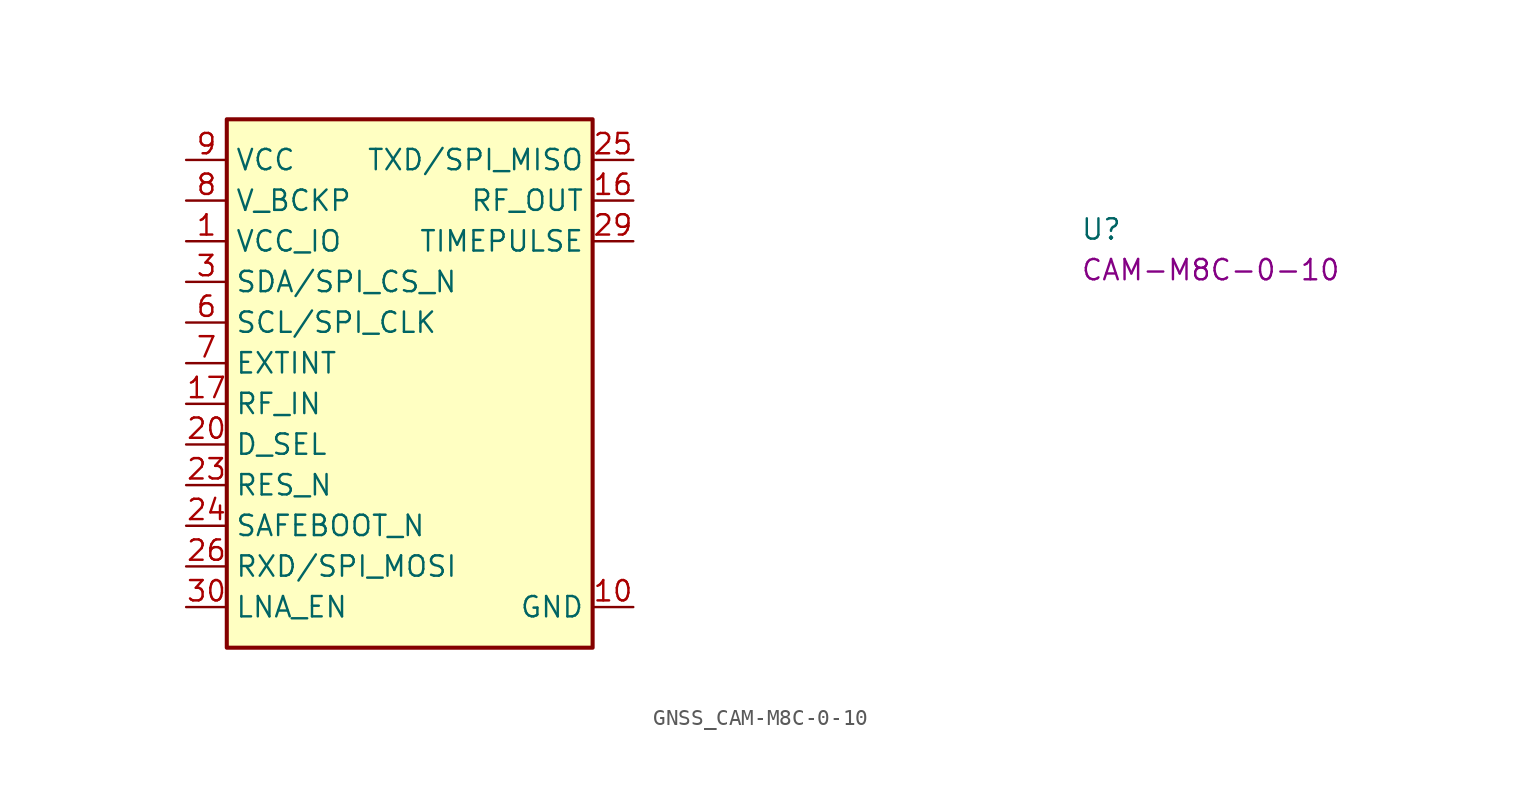
<source format=kicad_sym>
(kicad_symbol_lib
  (version 20220914)
  (generator kicad_symbol_editor)
  (symbol "GNSS_CAM-M8C-0-10"
    (property "Reference" "U"
      (at 55.88 -5.08 0)
      (effects (font (size 1.27 1.27) (thickness 0.15)) (justify left bottom)))
    (property "MPN" "CAM-M8C-0-10"
      (at 55.88 -7.62 0)
      (effects (font (size 1.27 1.27) (thickness 0.15)) (justify left bottom)))
    (symbol "GNSS_CAM-M8C-0-10_1_1"
      (rectangle (start 2.54 2.54) (end 25.4 -30.48) (stroke (width 0.254) (type default)) (fill (type background)))
      (pin power_in line (at 0 -5.08 0) (length 2.54) (name "VCC_IO" (effects (font (size 1.27 1.27)))) (number "1" (effects (font (size 1.27 1.27)))))
      (pin power_in line (at 27.94 -27.94 180) (length 2.54) (name "GND" (effects (font (size 1.27 1.27)))) (number "10" (effects (font (size 1.27 1.27)))))
      (pin passive line (at 27.94 -27.94 180) (length 2.54) hide (name "GND" (effects (font (size 1.27 1.27)))) (number "11" (effects (font (size 1.27 1.27)))))
      (pin passive line (at 27.94 -27.94 180) (length 2.54) hide (name "GND" (effects (font (size 1.27 1.27)))) (number "12" (effects (font (size 1.27 1.27)))))
      (pin passive line (at 27.94 -27.94 180) (length 2.54) hide (name "GND" (effects (font (size 1.27 1.27)))) (number "13" (effects (font (size 1.27 1.27)))))
      (pin passive line (at 27.94 -27.94 180) (length 2.54) hide (name "GND" (effects (font (size 1.27 1.27)))) (number "14" (effects (font (size 1.27 1.27)))))
      (pin passive line (at 27.94 -27.94 180) (length 2.54) hide (name "GND" (effects (font (size 1.27 1.27)))) (number "15" (effects (font (size 1.27 1.27)))))
      (pin output line (at 27.94 -2.54 180) (length 2.54) (name "RF_OUT" (effects (font (size 1.27 1.27)))) (number "16" (effects (font (size 1.27 1.27)))))
      (pin input line (at 0 -15.24 0) (length 2.54) (name "RF_IN" (effects (font (size 1.27 1.27)))) (number "17" (effects (font (size 1.27 1.27)))))
      (pin passive line (at 27.94 -27.94 180) (length 2.54) hide (name "GND" (effects (font (size 1.27 1.27)))) (number "18" (effects (font (size 1.27 1.27)))))
      (pin passive line (at 27.94 -27.94 180) (length 2.54) hide (name "GND" (effects (font (size 1.27 1.27)))) (number "19" (effects (font (size 1.27 1.27)))))
      (pin no_connect line (at 25.4 -15.24 180) (length 2.54) hide (name "RESERVED" (effects (font (size 1.27 1.27)))) (number "2" (effects (font (size 1.27 1.27)))))
      (pin input line (at 0 -17.78 0) (length 2.54) (name "D_SEL" (effects (font (size 1.27 1.27)))) (number "20" (effects (font (size 1.27 1.27)))))
      (pin passive line (at 27.94 -27.94 180) (length 2.54) hide (name "GND" (effects (font (size 1.27 1.27)))) (number "21" (effects (font (size 1.27 1.27)))))
      (pin passive line (at 27.94 -27.94 180) (length 2.54) hide (name "GND" (effects (font (size 1.27 1.27)))) (number "22" (effects (font (size 1.27 1.27)))))
      (pin input line (at 0 -20.32 0) (length 2.54) (name "RES_N" (effects (font (size 1.27 1.27)))) (number "23" (effects (font (size 1.27 1.27)))))
      (pin input line (at 0 -22.86 0) (length 2.54) (name "SAFEBOOT_N" (effects (font (size 1.27 1.27)))) (number "24" (effects (font (size 1.27 1.27)))))
      (pin output line (at 27.94 0 180) (length 2.54) (name "TXD/SPI_MISO" (effects (font (size 1.27 1.27)))) (number "25" (effects (font (size 1.27 1.27)))))
      (pin input line (at 0 -25.4 0) (length 2.54) (name "RXD/SPI_MOSI" (effects (font (size 1.27 1.27)))) (number "26" (effects (font (size 1.27 1.27)))))
      (pin passive line (at 27.94 -27.94 180) (length 2.54) hide (name "GND" (effects (font (size 1.27 1.27)))) (number "27" (effects (font (size 1.27 1.27)))))
      (pin no_connect line (at 25.4 -13.97 180) (length 2.54) hide (name "RESERVED" (effects (font (size 1.27 1.27)))) (number "28" (effects (font (size 1.27 1.27)))))
      (pin output line (at 27.94 -5.08 180) (length 2.54) (name "TIMEPULSE" (effects (font (size 1.27 1.27)))) (number "29" (effects (font (size 1.27 1.27)))))
      (pin bidirectional line (at 0 -7.62 0) (length 2.54) (name "SDA/SPI_CS_N" (effects (font (size 1.27 1.27)))) (number "3" (effects (font (size 1.27 1.27)))))
      (pin input line (at 0 -27.94 0) (length 2.54) (name "LNA_EN" (effects (font (size 1.27 1.27)))) (number "30" (effects (font (size 1.27 1.27)))))
      (pin passive line (at 27.94 -27.94 180) (length 2.54) hide (name "GND" (effects (font (size 1.27 1.27)))) (number "31" (effects (font (size 1.27 1.27)))))
      (pin passive line (at 27.94 -27.94 180) (length 2.54) hide (name "GND" (effects (font (size 1.27 1.27)))) (number "4" (effects (font (size 1.27 1.27)))))
      (pin passive line (at 27.94 -27.94 180) (length 2.54) hide (name "GND" (effects (font (size 1.27 1.27)))) (number "5" (effects (font (size 1.27 1.27)))))
      (pin bidirectional line (at 0 -10.16 0) (length 2.54) (name "SCL/SPI_CLK" (effects (font (size 1.27 1.27)))) (number "6" (effects (font (size 1.27 1.27)))))
      (pin input line (at 0 -12.7 0) (length 2.54) (name "EXTINT" (effects (font (size 1.27 1.27)))) (number "7" (effects (font (size 1.27 1.27)))))
      (pin power_in line (at 0 -2.54 0) (length 2.54) (name "V_BCKP" (effects (font (size 1.27 1.27)))) (number "8" (effects (font (size 1.27 1.27)))))
      (pin power_in line (at 0 0 0) (length 2.54) (name "VCC" (effects (font (size 1.27 1.27)))) (number "9" (effects (font (size 1.27 1.27))))))))
</source>
